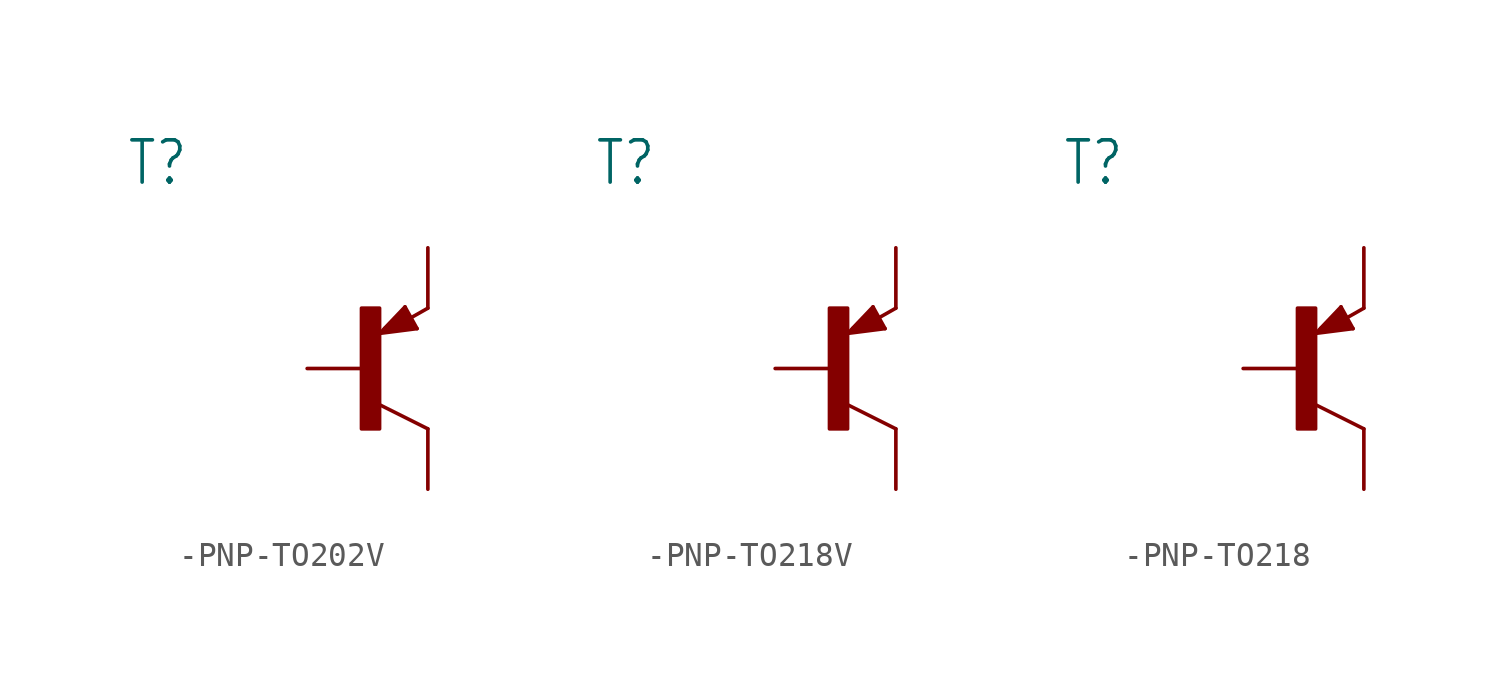
<source format=kicad_sym>
(kicad_symbol_lib
  (version 20231120)
  (generator "kicad_symbol_editor")
  (generator_version "8.0")
  (symbol "-PNP-TO202V"
    (property "Reference" "T"
      (at -10.16 7.62 0)
      (effects (font (size 1.778 1.511)) (justify left bottom)))
    (property "Value" ""
      (at -10.16 5.08 0)
      (effects (font (size 1.778 1.511)) (justify left bottom)))
    (property "ki_locked" ""
      (at 0 0 0)
      (effects (font (size 1.27 1.27))))
    (symbol "-PNP-TO202V_1_0"
      (rectangle (start -0.254 -2.54) (end 0.508 2.54) (stroke (width 0) (type default)) (fill (type outline)))
      (polyline (pts (xy 0.516 1.478) (xy 2.086 1.678)) (stroke (width 0.152) (type solid)) (fill (type none)))
      (polyline (pts (xy 0.762 1.651) (xy 1.778 1.778)) (stroke (width 0.254) (type solid)) (fill (type none)))
      (polyline (pts (xy 1.143 1.905) (xy 1.524 1.905)) (stroke (width 0.254) (type solid)) (fill (type none)))
      (polyline (pts (xy 1.524 2.159) (xy 1.143 1.905)) (stroke (width 0.254) (type solid)) (fill (type none)))
      (polyline (pts (xy 1.524 2.413) (xy 0.762 1.651)) (stroke (width 0.254) (type solid)) (fill (type none)))
      (polyline (pts (xy 1.578 2.594) (xy 0.516 1.478)) (stroke (width 0.152) (type solid)) (fill (type none)))
      (polyline (pts (xy 1.778 1.778) (xy 1.524 2.159)) (stroke (width 0.254) (type solid)) (fill (type none)))
      (polyline (pts (xy 1.905 1.778) (xy 1.524 2.413)) (stroke (width 0.254) (type solid)) (fill (type none)))
      (polyline (pts (xy 2.086 1.678) (xy 1.578 2.594)) (stroke (width 0.152) (type solid)) (fill (type none)))
      (polyline (pts (xy 2.54 -2.54) (xy 0.508 -1.524)) (stroke (width 0.152) (type solid)) (fill (type none)))
      (polyline (pts (xy 2.54 2.54) (xy 1.808 2.124)) (stroke (width 0.152) (type solid)) (fill (type none)))
      (pin passive line (at 2.54 5.08 270) (length 2.54) (name "E" (effects (font (size 0 0)))) (number "1" (effects (font (size 0 0)))))
      (pin passive line (at 2.54 -5.08 90) (length 2.54) (name "C" (effects (font (size 0 0)))) (number "2" (effects (font (size 0 0)))))
      (pin passive line (at -2.54 0 0) (length 2.54) (name "B" (effects (font (size 0 0)))) (number "3" (effects (font (size 0 0)))))))
  (symbol "-PNP-TO218V"
    (property "Reference" "T"
      (at -10.16 7.62 0)
      (effects (font (size 1.778 1.511)) (justify left bottom)))
    (property "Value" ""
      (at -10.16 5.08 0)
      (effects (font (size 1.778 1.511)) (justify left bottom)))
    (property "ki_locked" ""
      (at 0 0 0)
      (effects (font (size 1.27 1.27))))
    (symbol "-PNP-TO218V_1_0"
      (rectangle (start -0.254 -2.54) (end 0.508 2.54) (stroke (width 0) (type default)) (fill (type outline)))
      (polyline (pts (xy 0.516 1.478) (xy 2.086 1.678)) (stroke (width 0.152) (type solid)) (fill (type none)))
      (polyline (pts (xy 0.762 1.651) (xy 1.778 1.778)) (stroke (width 0.254) (type solid)) (fill (type none)))
      (polyline (pts (xy 1.143 1.905) (xy 1.524 1.905)) (stroke (width 0.254) (type solid)) (fill (type none)))
      (polyline (pts (xy 1.524 2.159) (xy 1.143 1.905)) (stroke (width 0.254) (type solid)) (fill (type none)))
      (polyline (pts (xy 1.524 2.413) (xy 0.762 1.651)) (stroke (width 0.254) (type solid)) (fill (type none)))
      (polyline (pts (xy 1.578 2.594) (xy 0.516 1.478)) (stroke (width 0.152) (type solid)) (fill (type none)))
      (polyline (pts (xy 1.778 1.778) (xy 1.524 2.159)) (stroke (width 0.254) (type solid)) (fill (type none)))
      (polyline (pts (xy 1.905 1.778) (xy 1.524 2.413)) (stroke (width 0.254) (type solid)) (fill (type none)))
      (polyline (pts (xy 2.086 1.678) (xy 1.578 2.594)) (stroke (width 0.152) (type solid)) (fill (type none)))
      (polyline (pts (xy 2.54 -2.54) (xy 0.508 -1.524)) (stroke (width 0.152) (type solid)) (fill (type none)))
      (polyline (pts (xy 2.54 2.54) (xy 1.808 2.124)) (stroke (width 0.152) (type solid)) (fill (type none)))
      (pin passive line (at -2.54 0 0) (length 2.54) (name "B" (effects (font (size 0 0)))) (number "1" (effects (font (size 0 0)))))
      (pin passive line (at 2.54 -5.08 90) (length 2.54) (name "C" (effects (font (size 0 0)))) (number "2" (effects (font (size 0 0)))))
      (pin passive line (at 2.54 5.08 270) (length 2.54) (name "E" (effects (font (size 0 0)))) (number "3" (effects (font (size 0 0)))))))
  (symbol "-PNP-TO218"
    (property "Reference" "T"
      (at -10.16 7.62 0)
      (effects (font (size 1.778 1.511)) (justify left bottom)))
    (property "Value" ""
      (at -10.16 5.08 0)
      (effects (font (size 1.778 1.511)) (justify left bottom)))
    (property "ki_locked" ""
      (at 0 0 0)
      (effects (font (size 1.27 1.27))))
    (symbol "-PNP-TO218_1_0"
      (rectangle (start -0.254 -2.54) (end 0.508 2.54) (stroke (width 0) (type default)) (fill (type outline)))
      (polyline (pts (xy 0.516 1.478) (xy 2.086 1.678)) (stroke (width 0.152) (type solid)) (fill (type none)))
      (polyline (pts (xy 0.762 1.651) (xy 1.778 1.778)) (stroke (width 0.254) (type solid)) (fill (type none)))
      (polyline (pts (xy 1.143 1.905) (xy 1.524 1.905)) (stroke (width 0.254) (type solid)) (fill (type none)))
      (polyline (pts (xy 1.524 2.159) (xy 1.143 1.905)) (stroke (width 0.254) (type solid)) (fill (type none)))
      (polyline (pts (xy 1.524 2.413) (xy 0.762 1.651)) (stroke (width 0.254) (type solid)) (fill (type none)))
      (polyline (pts (xy 1.578 2.594) (xy 0.516 1.478)) (stroke (width 0.152) (type solid)) (fill (type none)))
      (polyline (pts (xy 1.778 1.778) (xy 1.524 2.159)) (stroke (width 0.254) (type solid)) (fill (type none)))
      (polyline (pts (xy 1.905 1.778) (xy 1.524 2.413)) (stroke (width 0.254) (type solid)) (fill (type none)))
      (polyline (pts (xy 2.086 1.678) (xy 1.578 2.594)) (stroke (width 0.152) (type solid)) (fill (type none)))
      (polyline (pts (xy 2.54 -2.54) (xy 0.508 -1.524)) (stroke (width 0.152) (type solid)) (fill (type none)))
      (polyline (pts (xy 2.54 2.54) (xy 1.808 2.124)) (stroke (width 0.152) (type solid)) (fill (type none)))
      (pin passive line (at -2.54 0 0) (length 2.54) (name "B" (effects (font (size 0 0)))) (number "1" (effects (font (size 0 0)))))
      (pin passive line (at 2.54 -5.08 90) (length 2.54) (name "C" (effects (font (size 0 0)))) (number "2" (effects (font (size 0 0)))))
      (pin passive line (at 2.54 5.08 270) (length 2.54) (name "E" (effects (font (size 0 0)))) (number "3" (effects (font (size 0 0))))))))
</source>
